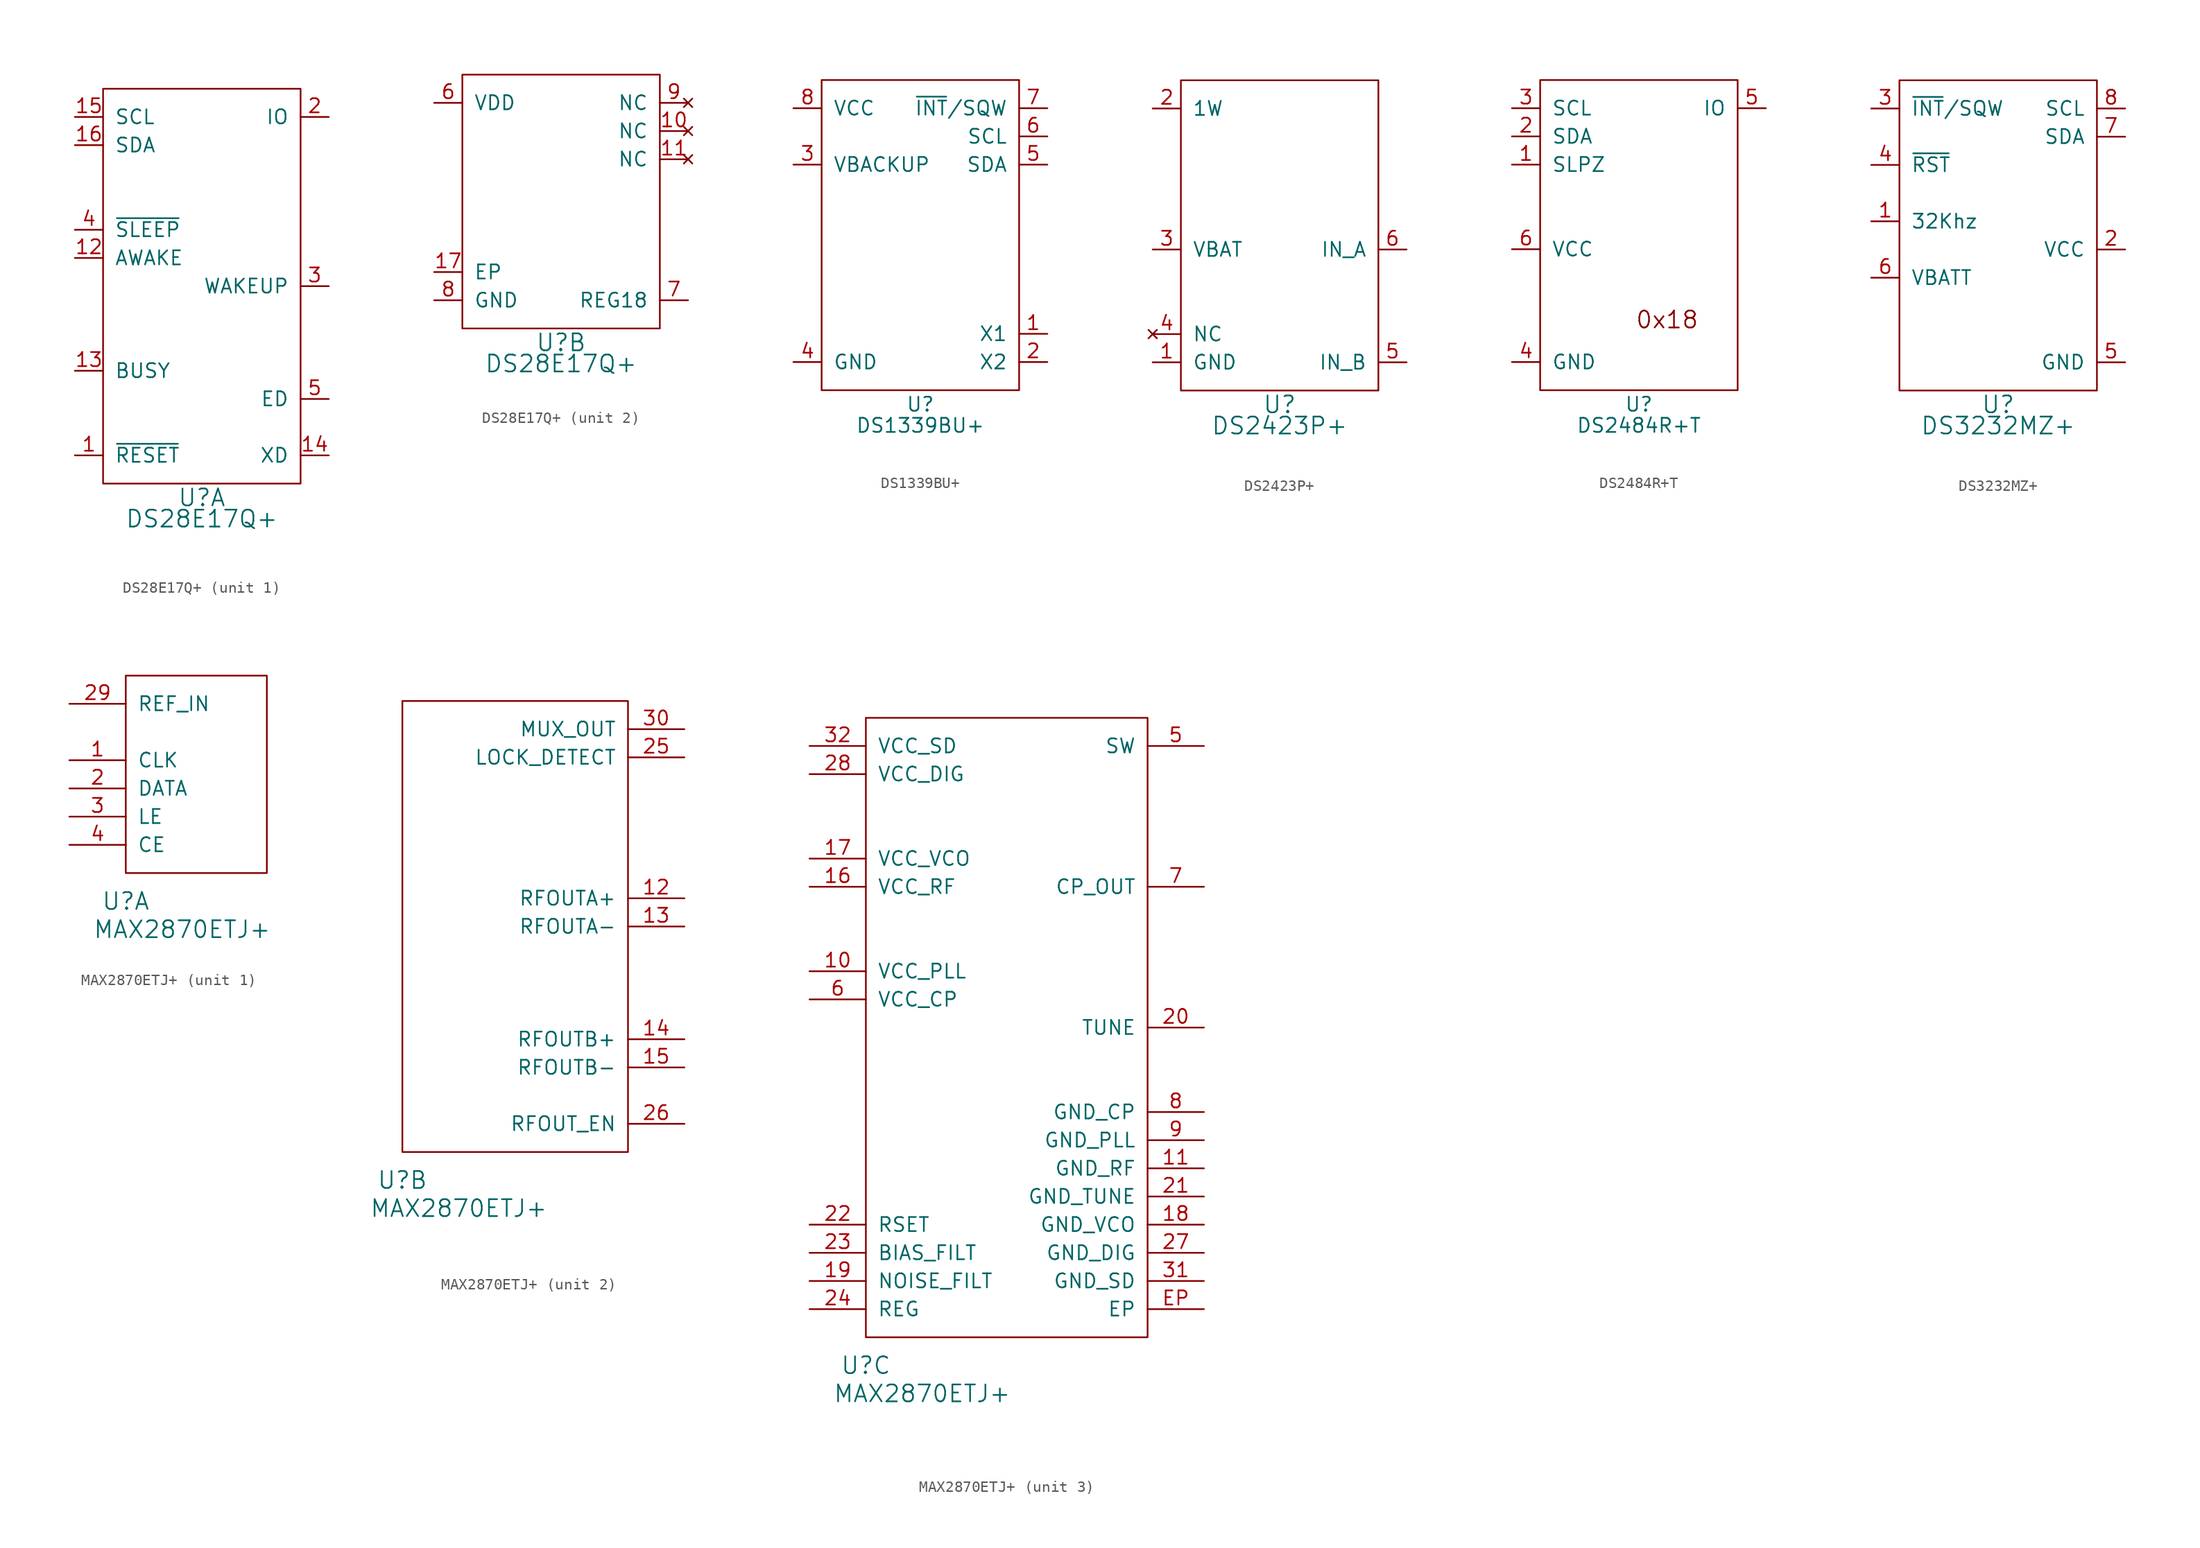
<source format=kicad_sym>
(kicad_symbol_lib
  (version 20220914)
  (generator kicad_symbol_editor)
  (symbol "DS28E17Q+"
    (pin_names
      (offset 1.016))
    (property "Reference" "U"
      (at 8.89 -1.27 0)
      (effects (font (size 1.524 1.524))))
    (property "Value" "DS28E17Q+"
      (at 8.89 -3.175 0)
      (effects (font (size 1.524 1.524))))
    (property "ki_locked" ""
      (at 0 0 0)
      (effects (font (size 1.27 1.27))))
    (symbol "DS28E17Q+_1_1"
      (rectangle (start 0 0) (end 17.78 35.56) (stroke (width 0) (type solid)) (fill (type none)))
      (pin input line (at -2.54 2.54 0) (length 2.54) (name "~{RESET}" (effects (font (size 1.27 1.27)))) (number "1" (effects (font (size 1.27 1.27)))))
      (pin output line (at -2.54 20.32 0) (length 2.54) (name "AWAKE" (effects (font (size 1.27 1.27)))) (number "12" (effects (font (size 1.27 1.27)))))
      (pin output line (at -2.54 10.16 0) (length 2.54) (name "BUSY" (effects (font (size 1.27 1.27)))) (number "13" (effects (font (size 1.27 1.27)))))
      (pin output line (at 20.32 2.54 180) (length 2.54) (name "XD" (effects (font (size 1.27 1.27)))) (number "14" (effects (font (size 1.27 1.27)))))
      (pin output line (at -2.54 33.02 0) (length 2.54) (name "SCL" (effects (font (size 1.27 1.27)))) (number "15" (effects (font (size 1.27 1.27)))))
      (pin bidirectional line (at -2.54 30.48 0) (length 2.54) (name "SDA" (effects (font (size 1.27 1.27)))) (number "16" (effects (font (size 1.27 1.27)))))
      (pin open_collector line (at 20.32 33.02 180) (length 2.54) (name "IO" (effects (font (size 1.27 1.27)))) (number "2" (effects (font (size 1.27 1.27)))))
      (pin input line (at 20.32 17.78 180) (length 2.54) (name "WAKEUP" (effects (font (size 1.27 1.27)))) (number "3" (effects (font (size 1.27 1.27)))))
      (pin input line (at -2.54 22.86 0) (length 2.54) (name "~{SLEEP}" (effects (font (size 1.27 1.27)))) (number "4" (effects (font (size 1.27 1.27)))))
      (pin output line (at 20.32 7.62 180) (length 2.54) (name "ED" (effects (font (size 1.27 1.27)))) (number "5" (effects (font (size 1.27 1.27))))))
    (symbol "DS28E17Q+_2_1"
      (rectangle (start 0 0) (end 17.78 22.86) (stroke (width 0) (type solid)) (fill (type none)))
      (pin no_connect line (at 20.32 17.78 180) (length 2.54) (name "NC" (effects (font (size 1.27 1.27)))) (number "10" (effects (font (size 1.27 1.27)))))
      (pin no_connect line (at 20.32 15.24 180) (length 2.54) (name "NC" (effects (font (size 1.27 1.27)))) (number "11" (effects (font (size 1.27 1.27)))))
      (pin power_in line (at -2.54 5.08 0) (length 2.54) (name "EP" (effects (font (size 1.27 1.27)))) (number "17" (effects (font (size 1.27 1.27)))))
      (pin power_in line (at -2.54 20.32 0) (length 2.54) (name "VDD" (effects (font (size 1.27 1.27)))) (number "6" (effects (font (size 1.27 1.27)))))
      (pin power_out line (at 20.32 2.54 180) (length 2.54) (name "REG18" (effects (font (size 1.27 1.27)))) (number "7" (effects (font (size 1.27 1.27)))))
      (pin power_in line (at -2.54 2.54 0) (length 2.54) (name "GND" (effects (font (size 1.27 1.27)))) (number "8" (effects (font (size 1.27 1.27)))))
      (pin no_connect line (at 20.32 20.32 180) (length 2.54) (name "NC" (effects (font (size 1.27 1.27)))) (number "9" (effects (font (size 1.27 1.27)))))))
  (symbol "DS1339BU+"
    (pin_names
      (offset 1.016))
    (property "Reference" "U"
      (at 8.89 -1.27 0)
      (effects (font (size 1.27 1.27))))
    (property "Value" "DS1339BU+"
      (at 8.89 -3.175 0)
      (effects (font (size 1.27 1.27))))
    (symbol "DS1339BU+_1_1"
      (rectangle (start 0 0) (end 17.78 27.94) (stroke (width 0) (type solid)) (fill (type none)))
      (pin passive line (at 20.32 5.08 180) (length 2.54) (name "X1" (effects (font (size 1.27 1.27)))) (number "1" (effects (font (size 1.27 1.27)))))
      (pin passive line (at 20.32 2.54 180) (length 2.54) (name "X2" (effects (font (size 1.27 1.27)))) (number "2" (effects (font (size 1.27 1.27)))))
      (pin bidirectional line (at -2.54 20.32 0) (length 2.54) (name "VBACKUP" (effects (font (size 1.27 1.27)))) (number "3" (effects (font (size 1.27 1.27)))))
      (pin power_in line (at -2.54 2.54 0) (length 2.54) (name "GND" (effects (font (size 1.27 1.27)))) (number "4" (effects (font (size 1.27 1.27)))))
      (pin bidirectional line (at 20.32 20.32 180) (length 2.54) (name "SDA" (effects (font (size 1.27 1.27)))) (number "5" (effects (font (size 1.27 1.27)))))
      (pin input line (at 20.32 22.86 180) (length 2.54) (name "SCL" (effects (font (size 1.27 1.27)))) (number "6" (effects (font (size 1.27 1.27)))))
      (pin open_collector line (at 20.32 25.4 180) (length 2.54) (name "~{INT}/SQW" (effects (font (size 1.27 1.27)))) (number "7" (effects (font (size 1.27 1.27)))))
      (pin power_in line (at -2.54 25.4 0) (length 2.54) (name "VCC" (effects (font (size 1.27 1.27)))) (number "8" (effects (font (size 1.27 1.27)))))))
  (symbol "DS2423P+"
    (pin_names
      (offset 1.016))
    (property "Reference" "U"
      (at 8.89 -1.27 0)
      (effects (font (size 1.524 1.524))))
    (property "Value" "DS2423P+"
      (at 8.89 -3.175 0)
      (effects (font (size 1.524 1.524))))
    (property "Datasheet" ""
      (at 8.89 -1.27 0)
      (effects (font (size 1.524 1.524))))
    (symbol "DS2423P+_1_1"
      (rectangle (start 0 0) (end 17.78 27.94) (stroke (width 0) (type solid)) (fill (type none)))
      (pin power_in line (at -2.54 2.54 0) (length 2.54) (name "GND" (effects (font (size 1.27 1.27)))) (number "1" (effects (font (size 1.27 1.27)))))
      (pin bidirectional line (at -2.54 25.4 0) (length 2.54) (name "1W" (effects (font (size 1.27 1.27)))) (number "2" (effects (font (size 1.27 1.27)))))
      (pin power_in line (at -2.54 12.7 0) (length 2.54) (name "VBAT" (effects (font (size 1.27 1.27)))) (number "3" (effects (font (size 1.27 1.27)))))
      (pin no_connect line (at -2.54 5.08 0) (length 2.54) (name "NC" (effects (font (size 1.27 1.27)))) (number "4" (effects (font (size 1.27 1.27)))))
      (pin input line (at 20.32 2.54 180) (length 2.54) (name "IN_B" (effects (font (size 1.27 1.27)))) (number "5" (effects (font (size 1.27 1.27)))))
      (pin input line (at 20.32 12.7 180) (length 2.54) (name "IN_A" (effects (font (size 1.27 1.27)))) (number "6" (effects (font (size 1.27 1.27)))))))
  (symbol "DS2484R+T"
    (pin_names
      (offset 1.016))
    (property "Reference" "U"
      (at 8.89 -1.27 0)
      (effects (font (size 1.27 1.27))))
    (property "Value" "DS2484R+T"
      (at 8.89 -3.175 0)
      (effects (font (size 1.27 1.27))))
    (property "Datasheet" ""
      (at 8.89 -1.27 0)
      (effects (font (size 1.524 1.524))))
    (symbol "DS2484R+T_0_0"
      (text "0x18" (at 11.43 6.35 0) (effects (font (size 1.524 1.524)))))
    (symbol "DS2484R+T_1_1"
      (rectangle (start 0 0) (end 17.78 27.94) (stroke (width 0) (type solid)) (fill (type none)))
      (pin input line (at -2.54 20.32 0) (length 2.54) (name "SLPZ" (effects (font (size 1.27 1.27)))) (number "1" (effects (font (size 1.27 1.27)))))
      (pin bidirectional line (at -2.54 22.86 0) (length 2.54) (name "SDA" (effects (font (size 1.27 1.27)))) (number "2" (effects (font (size 1.27 1.27)))))
      (pin input line (at -2.54 25.4 0) (length 2.54) (name "SCL" (effects (font (size 1.27 1.27)))) (number "3" (effects (font (size 1.27 1.27)))))
      (pin power_in line (at -2.54 2.54 0) (length 2.54) (name "GND" (effects (font (size 1.27 1.27)))) (number "4" (effects (font (size 1.27 1.27)))))
      (pin bidirectional line (at 20.32 25.4 180) (length 2.54) (name "IO" (effects (font (size 1.27 1.27)))) (number "5" (effects (font (size 1.27 1.27)))))
      (pin power_in line (at -2.54 12.7 0) (length 2.54) (name "VCC" (effects (font (size 1.27 1.27)))) (number "6" (effects (font (size 1.27 1.27)))))))
  (symbol "DS3232MZ+"
    (pin_names
      (offset 1.016))
    (property "Reference" "U"
      (at 8.89 -1.27 0)
      (effects (font (size 1.524 1.524))))
    (property "Value" "DS3232MZ+"
      (at 8.89 -3.175 0)
      (effects (font (size 1.524 1.524))))
    (property "Datasheet" ""
      (at 8.89 -1.27 0)
      (effects (font (size 1.524 1.524))))
    (symbol "DS3232MZ+_1_1"
      (rectangle (start 0 0) (end 17.78 27.94) (stroke (width 0) (type solid)) (fill (type none)))
      (pin output line (at -2.54 15.24 0) (length 2.54) (name "32Khz" (effects (font (size 1.27 1.27)))) (number "1" (effects (font (size 1.27 1.27)))))
      (pin power_in line (at 20.32 12.7 180) (length 2.54) (name "VCC" (effects (font (size 1.27 1.27)))) (number "2" (effects (font (size 1.27 1.27)))))
      (pin open_collector line (at -2.54 25.4 0) (length 2.54) (name "~{INT}/SQW" (effects (font (size 1.27 1.27)))) (number "3" (effects (font (size 1.27 1.27)))))
      (pin bidirectional line (at -2.54 20.32 0) (length 2.54) (name "~{RST}" (effects (font (size 1.27 1.27)))) (number "4" (effects (font (size 1.27 1.27)))))
      (pin power_in line (at 20.32 2.54 180) (length 2.54) (name "GND" (effects (font (size 1.27 1.27)))) (number "5" (effects (font (size 1.27 1.27)))))
      (pin power_in line (at -2.54 10.16 0) (length 2.54) (name "VBATT" (effects (font (size 1.27 1.27)))) (number "6" (effects (font (size 1.27 1.27)))))
      (pin bidirectional line (at 20.32 22.86 180) (length 2.54) (name "SDA" (effects (font (size 1.27 1.27)))) (number "7" (effects (font (size 1.27 1.27)))))
      (pin output line (at 20.32 25.4 180) (length 2.54) (name "SCL" (effects (font (size 1.27 1.27)))) (number "8" (effects (font (size 1.27 1.27)))))))
  (symbol "MAX2870ETJ+"
    (pin_names
      (offset 1.016))
    (property "Reference" "U"
      (at 0 -2.54 0)
      (effects (font (size 1.524 1.524))))
    (property "Value" "MAX2870ETJ+"
      (at 5.08 -5.08 0)
      (effects (font (size 1.524 1.524))))
    (property "ki_locked" ""
      (at 0 0 0)
      (effects (font (size 1.27 1.27))))
    (symbol "MAX2870ETJ+_1_1"
      (rectangle (start 0 0) (end 12.7 17.78) (stroke (width 0) (type solid)) (fill (type none)))
      (pin input line (at -5.08 10.16 0) (length 5.08) (name "CLK" (effects (font (size 1.27 1.27)))) (number "1" (effects (font (size 1.27 1.27)))))
      (pin input line (at -5.08 7.62 0) (length 5.08) (name "DATA" (effects (font (size 1.27 1.27)))) (number "2" (effects (font (size 1.27 1.27)))))
      (pin input line (at -5.08 15.24 0) (length 5.08) (name "REF_IN" (effects (font (size 1.27 1.27)))) (number "29" (effects (font (size 1.27 1.27)))))
      (pin input line (at -5.08 5.08 0) (length 5.08) (name "LE" (effects (font (size 1.27 1.27)))) (number "3" (effects (font (size 1.27 1.27)))))
      (pin input line (at -5.08 2.54 0) (length 5.08) (name "CE" (effects (font (size 1.27 1.27)))) (number "4" (effects (font (size 1.27 1.27))))))
    (symbol "MAX2870ETJ+_2_1"
      (rectangle (start 0 0) (end 20.32 40.64) (stroke (width 0) (type solid)) (fill (type none)))
      (pin output line (at 25.4 22.86 180) (length 5.08) (name "RFOUTA+" (effects (font (size 1.27 1.27)))) (number "12" (effects (font (size 1.27 1.27)))))
      (pin output line (at 25.4 20.32 180) (length 5.08) (name "RFOUTA-" (effects (font (size 1.27 1.27)))) (number "13" (effects (font (size 1.27 1.27)))))
      (pin output line (at 25.4 10.16 180) (length 5.08) (name "RFOUTB+" (effects (font (size 1.27 1.27)))) (number "14" (effects (font (size 1.27 1.27)))))
      (pin output line (at 25.4 7.62 180) (length 5.08) (name "RFOUTB-" (effects (font (size 1.27 1.27)))) (number "15" (effects (font (size 1.27 1.27)))))
      (pin output line (at 25.4 35.56 180) (length 5.08) (name "LOCK_DETECT" (effects (font (size 1.27 1.27)))) (number "25" (effects (font (size 1.27 1.27)))))
      (pin input line (at 25.4 2.54 180) (length 5.08) (name "RFOUT_EN" (effects (font (size 1.27 1.27)))) (number "26" (effects (font (size 1.27 1.27)))))
      (pin output line (at 25.4 38.1 180) (length 5.08) (name "MUX_OUT" (effects (font (size 1.27 1.27)))) (number "30" (effects (font (size 1.27 1.27))))))
    (symbol "MAX2870ETJ+_3_1"
      (rectangle (start 0 0) (end 25.4 55.88) (stroke (width 0) (type solid)) (fill (type none)))
      (pin power_in line (at -5.08 33.02 0) (length 5.08) (name "VCC_PLL" (effects (font (size 1.27 1.27)))) (number "10" (effects (font (size 1.27 1.27)))))
      (pin power_in line (at 30.48 15.24 180) (length 5.08) (name "GND_RF" (effects (font (size 1.27 1.27)))) (number "11" (effects (font (size 1.27 1.27)))))
      (pin power_in line (at -5.08 40.64 0) (length 5.08) (name "VCC_RF" (effects (font (size 1.27 1.27)))) (number "16" (effects (font (size 1.27 1.27)))))
      (pin power_in line (at -5.08 43.18 0) (length 5.08) (name "VCC_VCO" (effects (font (size 1.27 1.27)))) (number "17" (effects (font (size 1.27 1.27)))))
      (pin power_in line (at 30.48 10.16 180) (length 5.08) (name "GND_VCO" (effects (font (size 1.27 1.27)))) (number "18" (effects (font (size 1.27 1.27)))))
      (pin passive line (at -5.08 5.08 0) (length 5.08) (name "NOISE_FILT" (effects (font (size 1.27 1.27)))) (number "19" (effects (font (size 1.27 1.27)))))
      (pin input line (at 30.48 27.94 180) (length 5.08) (name "TUNE" (effects (font (size 1.27 1.27)))) (number "20" (effects (font (size 1.27 1.27)))))
      (pin power_in line (at 30.48 12.7 180) (length 5.08) (name "GND_TUNE" (effects (font (size 1.27 1.27)))) (number "21" (effects (font (size 1.27 1.27)))))
      (pin passive line (at -5.08 10.16 0) (length 5.08) (name "RSET" (effects (font (size 1.27 1.27)))) (number "22" (effects (font (size 1.27 1.27)))))
      (pin passive line (at -5.08 7.62 0) (length 5.08) (name "BIAS_FILT" (effects (font (size 1.27 1.27)))) (number "23" (effects (font (size 1.27 1.27)))))
      (pin passive line (at -5.08 2.54 0) (length 5.08) (name "REG" (effects (font (size 1.27 1.27)))) (number "24" (effects (font (size 1.27 1.27)))))
      (pin power_in line (at 30.48 7.62 180) (length 5.08) (name "GND_DIG" (effects (font (size 1.27 1.27)))) (number "27" (effects (font (size 1.27 1.27)))))
      (pin power_in line (at -5.08 50.8 0) (length 5.08) (name "VCC_DIG" (effects (font (size 1.27 1.27)))) (number "28" (effects (font (size 1.27 1.27)))))
      (pin power_in line (at 30.48 5.08 180) (length 5.08) (name "GND_SD" (effects (font (size 1.27 1.27)))) (number "31" (effects (font (size 1.27 1.27)))))
      (pin power_in line (at -5.08 53.34 0) (length 5.08) (name "VCC_SD" (effects (font (size 1.27 1.27)))) (number "32" (effects (font (size 1.27 1.27)))))
      (pin output line (at 30.48 53.34 180) (length 5.08) (name "SW" (effects (font (size 1.27 1.27)))) (number "5" (effects (font (size 1.27 1.27)))))
      (pin power_in line (at -5.08 30.48 0) (length 5.08) (name "VCC_CP" (effects (font (size 1.27 1.27)))) (number "6" (effects (font (size 1.27 1.27)))))
      (pin output line (at 30.48 40.64 180) (length 5.08) (name "CP_OUT" (effects (font (size 1.27 1.27)))) (number "7" (effects (font (size 1.27 1.27)))))
      (pin power_in line (at 30.48 20.32 180) (length 5.08) (name "GND_CP" (effects (font (size 1.27 1.27)))) (number "8" (effects (font (size 1.27 1.27)))))
      (pin power_in line (at 30.48 17.78 180) (length 5.08) (name "GND_PLL" (effects (font (size 1.27 1.27)))) (number "9" (effects (font (size 1.27 1.27)))))
      (pin power_in line (at 30.48 2.54 180) (length 5.08) (name "EP" (effects (font (size 1.27 1.27)))) (number "EP" (effects (font (size 1.27 1.27))))))))
</source>
